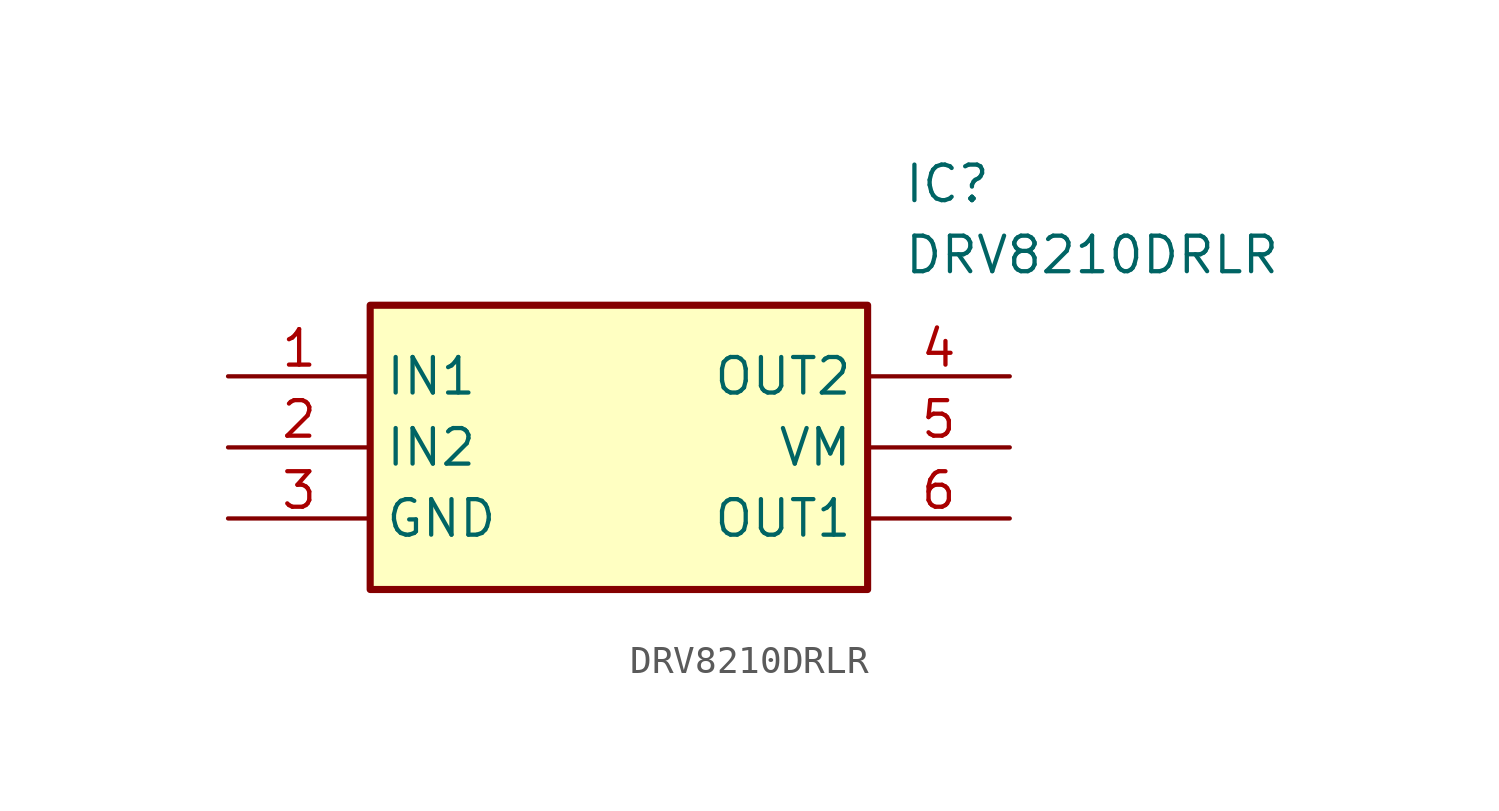
<source format=kicad_sym>
(kicad_symbol_lib
  (version 20211014)
  (generator SamacSys_ECAD_Model)
  (symbol "DRV8210DRLR"
    (property "Reference" "IC"
      (at 24.13 7.62 0)
      (effects (font (size 1.27 1.27)) (justify left top)))
    (property "Value" "DRV8210DRLR"
      (at 24.13 5.08 0)
      (effects (font (size 1.27 1.27)) (justify left top)))
    (rectangle
      (start 5.08 2.54)
      (end 22.86 -7.62)
      (stroke (width 0.254) (type default))
      (fill (type background)))
    (pin passive line
      (at 0 0 0)
      (length 5.08)
      (name "IN1" (effects (font (size 1.27 1.27))))
      (number "1" (effects (font (size 1.27 1.27)))))
    (pin passive line
      (at 0 -2.54 0)
      (length 5.08)
      (name "IN2" (effects (font (size 1.27 1.27))))
      (number "2" (effects (font (size 1.27 1.27)))))
    (pin passive line
      (at 0 -5.08 0)
      (length 5.08)
      (name "GND" (effects (font (size 1.27 1.27))))
      (number "3" (effects (font (size 1.27 1.27)))))
    (pin passive line
      (at 27.94 0 180)
      (length 5.08)
      (name "OUT2" (effects (font (size 1.27 1.27))))
      (number "4" (effects (font (size 1.27 1.27)))))
    (pin passive line
      (at 27.94 -2.54 180)
      (length 5.08)
      (name "VM" (effects (font (size 1.27 1.27))))
      (number "5" (effects (font (size 1.27 1.27)))))
    (pin passive line
      (at 27.94 -5.08 180)
      (length 5.08)
      (name "OUT1" (effects (font (size 1.27 1.27))))
      (number "6" (effects (font (size 1.27 1.27)))))))
</source>
